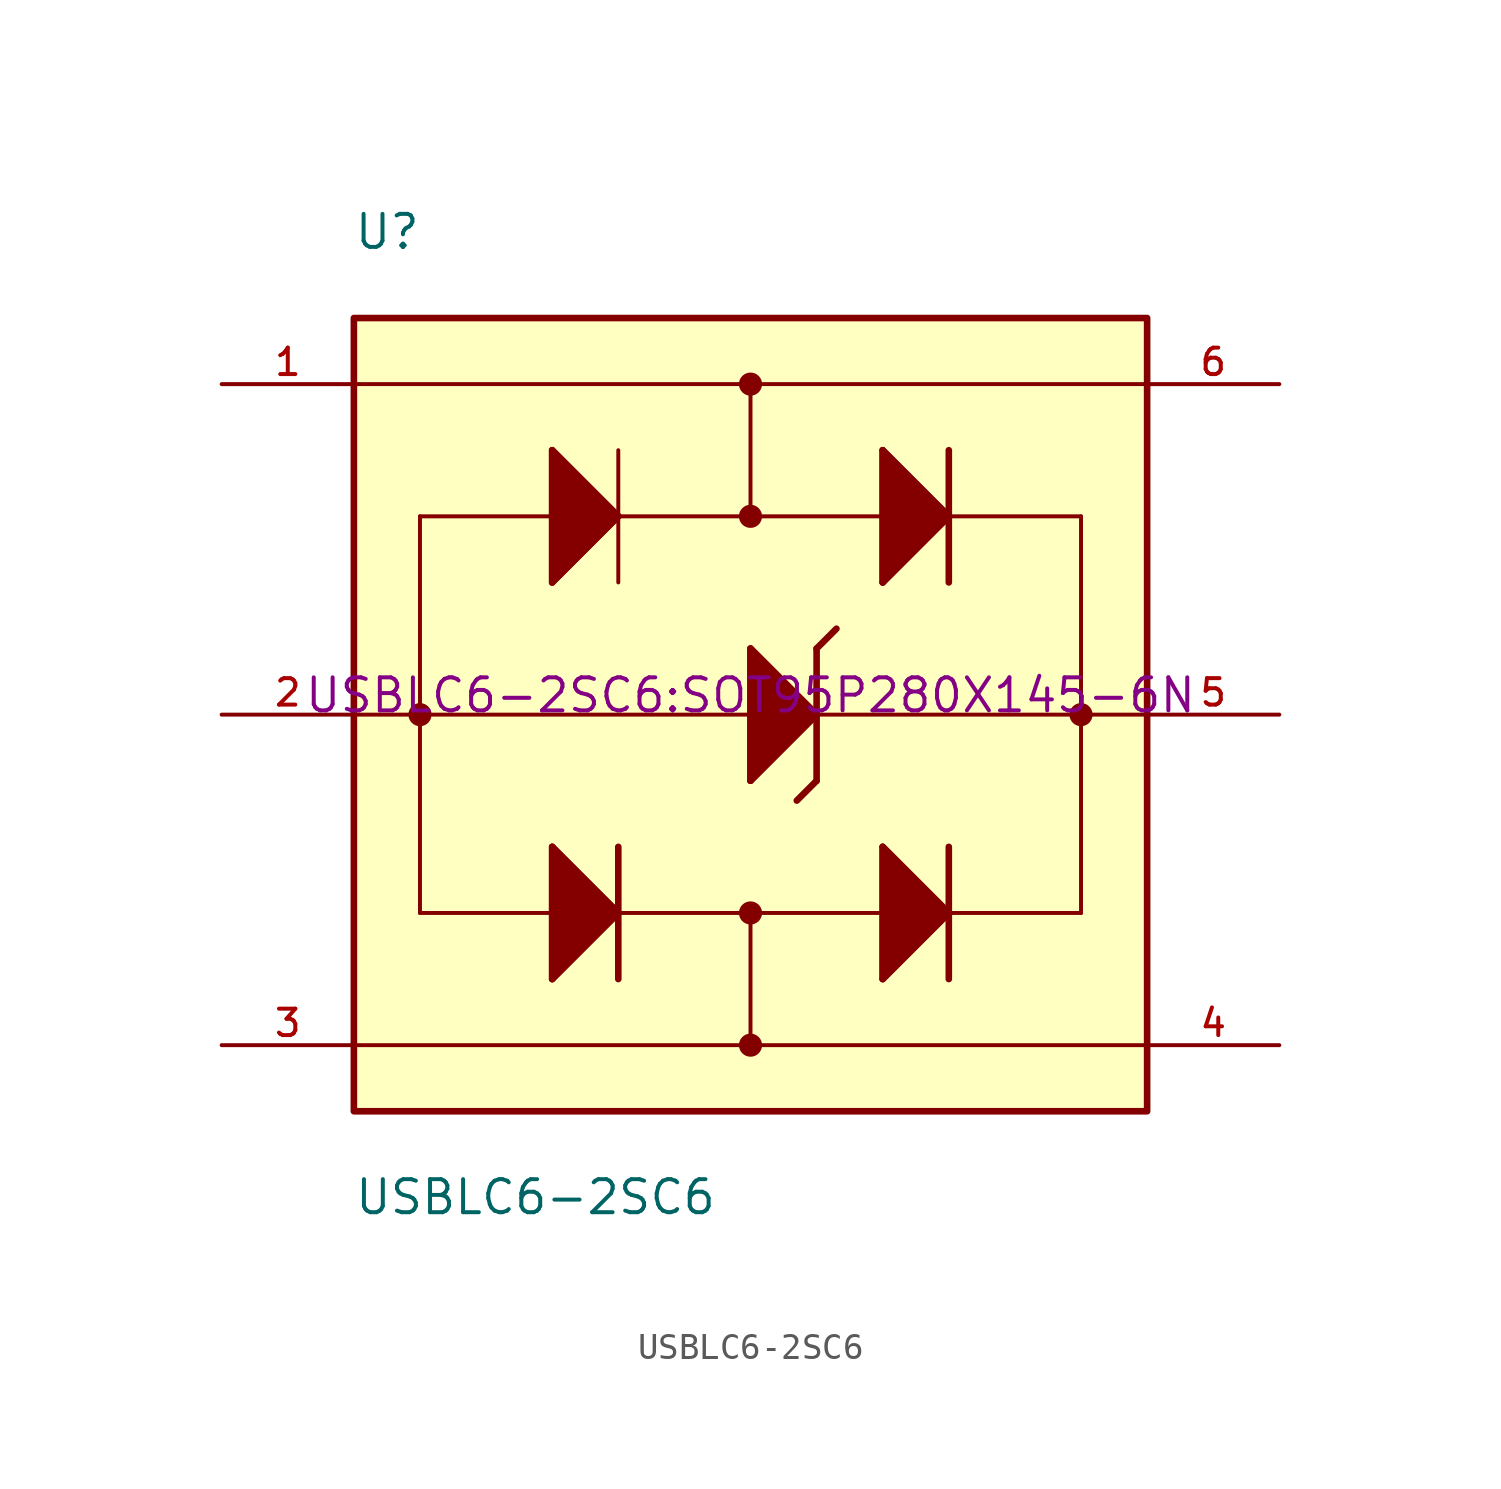
<source format=kicad_sym>
(kicad_symbol_lib
  (version 20231120)
  (generator "kicad_symbol_editor")
  (generator_version "8.0")
  (symbol "USBLC6-2SC6"
    (pin_names
      (offset 1.016))
    (property "Reference" "U"
      (at -15.269 17.809 0)
      (effects (font (size 1.27 1.27)) (justify left bottom)))
    (property "Value" "USBLC6-2SC6"
      (at -15.256 -17.796 0)
      (effects (font (size 1.27 1.27)) (justify left top)))
    (property "Footprint" "USBLC6-2SC6:SOT95P280X145-6N"
      (at 0 0 0)
      (effects (font (size 1.27 1.27)) (justify bottom)))
    (symbol "USBLC6-2SC6_0_0"
      (rectangle (start -15.24 -15.24) (end 15.24 15.24) (stroke (width 0.254) (type default)) (fill (type background)))
      (circle (center -12.7 0) (radius 0.254) (stroke (width 0.381) (type default)) (fill (type none)))
      (circle (center 0 -12.7) (radius 0.254) (stroke (width 0.381) (type default)) (fill (type none)))
      (circle (center 0 -7.62) (radius 0.254) (stroke (width 0.381) (type default)) (fill (type none)))
      (polyline (pts (xy -15.24 -12.7) (xy 0 -12.7)) (stroke (width 0.152) (type default)) (fill (type none)))
      (polyline (pts (xy -15.24 12.7) (xy 0 12.7)) (stroke (width 0.152) (type default)) (fill (type none)))
      (polyline (pts (xy -12.7 -7.62) (xy -7.62 -7.62)) (stroke (width 0.152) (type default)) (fill (type none)))
      (polyline (pts (xy -12.7 0) (xy -15.24 0)) (stroke (width 0.152) (type default)) (fill (type none)))
      (polyline (pts (xy -12.7 0) (xy -12.7 -7.62)) (stroke (width 0.152) (type default)) (fill (type none)))
      (polyline (pts (xy -12.7 0) (xy 0 0)) (stroke (width 0.152) (type default)) (fill (type none)))
      (polyline (pts (xy -12.7 7.62) (xy -12.7 0)) (stroke (width 0.152) (type default)) (fill (type none)))
      (polyline (pts (xy -12.7 7.62) (xy -7.62 7.62)) (stroke (width 0.152) (type default)) (fill (type none)))
      (polyline (pts (xy -7.62 -10.16) (xy -7.62 -7.62)) (stroke (width 0.254) (type default)) (fill (type none)))
      (polyline (pts (xy -7.62 -7.62) (xy -7.62 -5.08)) (stroke (width 0.254) (type default)) (fill (type none)))
      (polyline (pts (xy -7.62 -5.08) (xy -5.08 -7.62)) (stroke (width 0.254) (type default)) (fill (type none)))
      (polyline (pts (xy -7.62 5.08) (xy -7.62 7.62)) (stroke (width 0.254) (type default)) (fill (type none)))
      (polyline (pts (xy -7.62 7.62) (xy -7.62 10.16)) (stroke (width 0.254) (type default)) (fill (type none)))
      (polyline (pts (xy -7.62 10.16) (xy -5.08 7.62)) (stroke (width 0.254) (type default)) (fill (type none)))
      (polyline (pts (xy -5.08 -7.62) (xy -7.62 -10.16)) (stroke (width 0.254) (type default)) (fill (type none)))
      (polyline (pts (xy -5.08 -7.62) (xy -5.08 -10.16)) (stroke (width 0.254) (type default)) (fill (type none)))
      (polyline (pts (xy -5.08 -7.62) (xy 0 -7.62)) (stroke (width 0.152) (type default)) (fill (type none)))
      (polyline (pts (xy -5.08 -5.08) (xy -5.08 -7.62)) (stroke (width 0.254) (type default)) (fill (type none)))
      (polyline (pts (xy -5.08 7.62) (xy -7.62 5.08)) (stroke (width 0.254) (type default)) (fill (type none)))
      (polyline (pts (xy -5.08 7.62) (xy -5.08 5.08)) (stroke (width 0.152) (type default)) (fill (type none)))
      (polyline (pts (xy -5.08 7.62) (xy 0 7.62)) (stroke (width 0.152) (type default)) (fill (type none)))
      (polyline (pts (xy -5.08 10.16) (xy -5.08 7.62)) (stroke (width 0.152) (type default)) (fill (type none)))
      (polyline (pts (xy 0 -7.62) (xy 0 -12.7)) (stroke (width 0.152) (type default)) (fill (type none)))
      (polyline (pts (xy 0 -7.62) (xy 5.08 -7.62)) (stroke (width 0.152) (type default)) (fill (type none)))
      (polyline (pts (xy 0 -2.54) (xy 0 0)) (stroke (width 0.254) (type default)) (fill (type none)))
      (polyline (pts (xy 0 0) (xy 0 2.54)) (stroke (width 0.254) (type default)) (fill (type none)))
      (polyline (pts (xy 0 2.54) (xy 2.54 0)) (stroke (width 0.254) (type default)) (fill (type none)))
      (polyline (pts (xy 0 7.62) (xy 0 12.7)) (stroke (width 0.152) (type default)) (fill (type none)))
      (polyline (pts (xy 0 7.62) (xy 5.08 7.62)) (stroke (width 0.152) (type default)) (fill (type none)))
      (polyline (pts (xy 0 12.7) (xy 15.24 12.7)) (stroke (width 0.152) (type default)) (fill (type none)))
      (polyline (pts (xy 2.54 -2.54) (xy 1.778 -3.302)) (stroke (width 0.254) (type default)) (fill (type none)))
      (polyline (pts (xy 2.54 0) (xy 0 -2.54)) (stroke (width 0.254) (type default)) (fill (type none)))
      (polyline (pts (xy 2.54 0) (xy 12.7 0)) (stroke (width 0.152) (type default)) (fill (type none)))
      (polyline (pts (xy 2.54 2.54) (xy 2.54 -2.54)) (stroke (width 0.254) (type default)) (fill (type none)))
      (polyline (pts (xy 2.54 2.54) (xy 3.302 3.302)) (stroke (width 0.254) (type default)) (fill (type none)))
      (polyline (pts (xy 5.08 -10.16) (xy 5.08 -7.62)) (stroke (width 0.254) (type default)) (fill (type none)))
      (polyline (pts (xy 5.08 -7.62) (xy 5.08 -5.08)) (stroke (width 0.254) (type default)) (fill (type none)))
      (polyline (pts (xy 5.08 -5.08) (xy 7.62 -7.62)) (stroke (width 0.254) (type default)) (fill (type none)))
      (polyline (pts (xy 5.08 5.08) (xy 5.08 7.62)) (stroke (width 0.254) (type default)) (fill (type none)))
      (polyline (pts (xy 5.08 7.62) (xy 5.08 10.16)) (stroke (width 0.254) (type default)) (fill (type none)))
      (polyline (pts (xy 5.08 10.16) (xy 7.62 7.62)) (stroke (width 0.254) (type default)) (fill (type none)))
      (polyline (pts (xy 7.62 -7.62) (xy 5.08 -10.16)) (stroke (width 0.254) (type default)) (fill (type none)))
      (polyline (pts (xy 7.62 -7.62) (xy 7.62 -10.16)) (stroke (width 0.254) (type default)) (fill (type none)))
      (polyline (pts (xy 7.62 -7.62) (xy 12.7 -7.62)) (stroke (width 0.152) (type default)) (fill (type none)))
      (polyline (pts (xy 7.62 -5.08) (xy 7.62 -7.62)) (stroke (width 0.254) (type default)) (fill (type none)))
      (polyline (pts (xy 7.62 7.62) (xy 5.08 5.08)) (stroke (width 0.254) (type default)) (fill (type none)))
      (polyline (pts (xy 7.62 7.62) (xy 7.62 5.08)) (stroke (width 0.254) (type default)) (fill (type none)))
      (polyline (pts (xy 7.62 7.62) (xy 12.7 7.62)) (stroke (width 0.152) (type default)) (fill (type none)))
      (polyline (pts (xy 7.62 10.16) (xy 7.62 7.62)) (stroke (width 0.254) (type default)) (fill (type none)))
      (polyline (pts (xy 12.7 0) (xy 12.7 -7.62)) (stroke (width 0.152) (type default)) (fill (type none)))
      (polyline (pts (xy 12.7 0) (xy 15.24 0)) (stroke (width 0.152) (type default)) (fill (type none)))
      (polyline (pts (xy 12.7 7.62) (xy 12.7 0)) (stroke (width 0.152) (type default)) (fill (type none)))
      (polyline (pts (xy 15.24 -12.7) (xy 0 -12.7)) (stroke (width 0.152) (type default)) (fill (type none)))
      (polyline (pts (xy -7.62 -5.08) (xy -7.62 -10.16) (xy -5.08 -7.62) (xy -7.62 -5.08)) (stroke (width 0.254) (type default)) (fill (type outline)))
      (polyline (pts (xy -7.62 10.16) (xy -7.62 5.08) (xy -5.08 7.62) (xy -7.62 10.16)) (stroke (width 0.254) (type default)) (fill (type outline)))
      (polyline (pts (xy 0 2.54) (xy 0 -2.54) (xy 2.54 0) (xy 0 2.54)) (stroke (width 0.254) (type default)) (fill (type outline)))
      (polyline (pts (xy 5.08 -5.08) (xy 5.08 -10.16) (xy 7.62 -7.62) (xy 5.08 -5.08)) (stroke (width 0.254) (type default)) (fill (type outline)))
      (polyline (pts (xy 5.08 10.16) (xy 5.08 5.08) (xy 7.62 7.62) (xy 5.08 10.16)) (stroke (width 0.254) (type default)) (fill (type outline)))
      (circle (center 0 7.62) (radius 0.254) (stroke (width 0.381) (type default)) (fill (type none)))
      (circle (center 0 12.7) (radius 0.254) (stroke (width 0.381) (type default)) (fill (type none)))
      (circle (center 12.7 0) (radius 0.254) (stroke (width 0.381) (type default)) (fill (type none)))
      (pin bidirectional line (at -20.32 12.7 0) (length 5.08) (name "~" (effects (font (size 1.016 1.016)))) (number "1" (effects (font (size 1.016 1.016)))))
      (pin power_in line (at -20.32 0 0) (length 5.08) (name "~" (effects (font (size 1.016 1.016)))) (number "2" (effects (font (size 1.016 1.016)))))
      (pin bidirectional line (at -20.32 -12.7 0) (length 5.08) (name "~" (effects (font (size 1.016 1.016)))) (number "3" (effects (font (size 1.016 1.016)))))
      (pin bidirectional line (at 20.32 -12.7 180) (length 5.08) (name "~" (effects (font (size 1.016 1.016)))) (number "4" (effects (font (size 1.016 1.016)))))
      (pin power_in line (at 20.32 0 180) (length 5.08) (name "~" (effects (font (size 1.016 1.016)))) (number "5" (effects (font (size 1.016 1.016)))))
      (pin bidirectional line (at 20.32 12.7 180) (length 5.08) (name "~" (effects (font (size 1.016 1.016)))) (number "6" (effects (font (size 1.016 1.016))))))))
</source>
